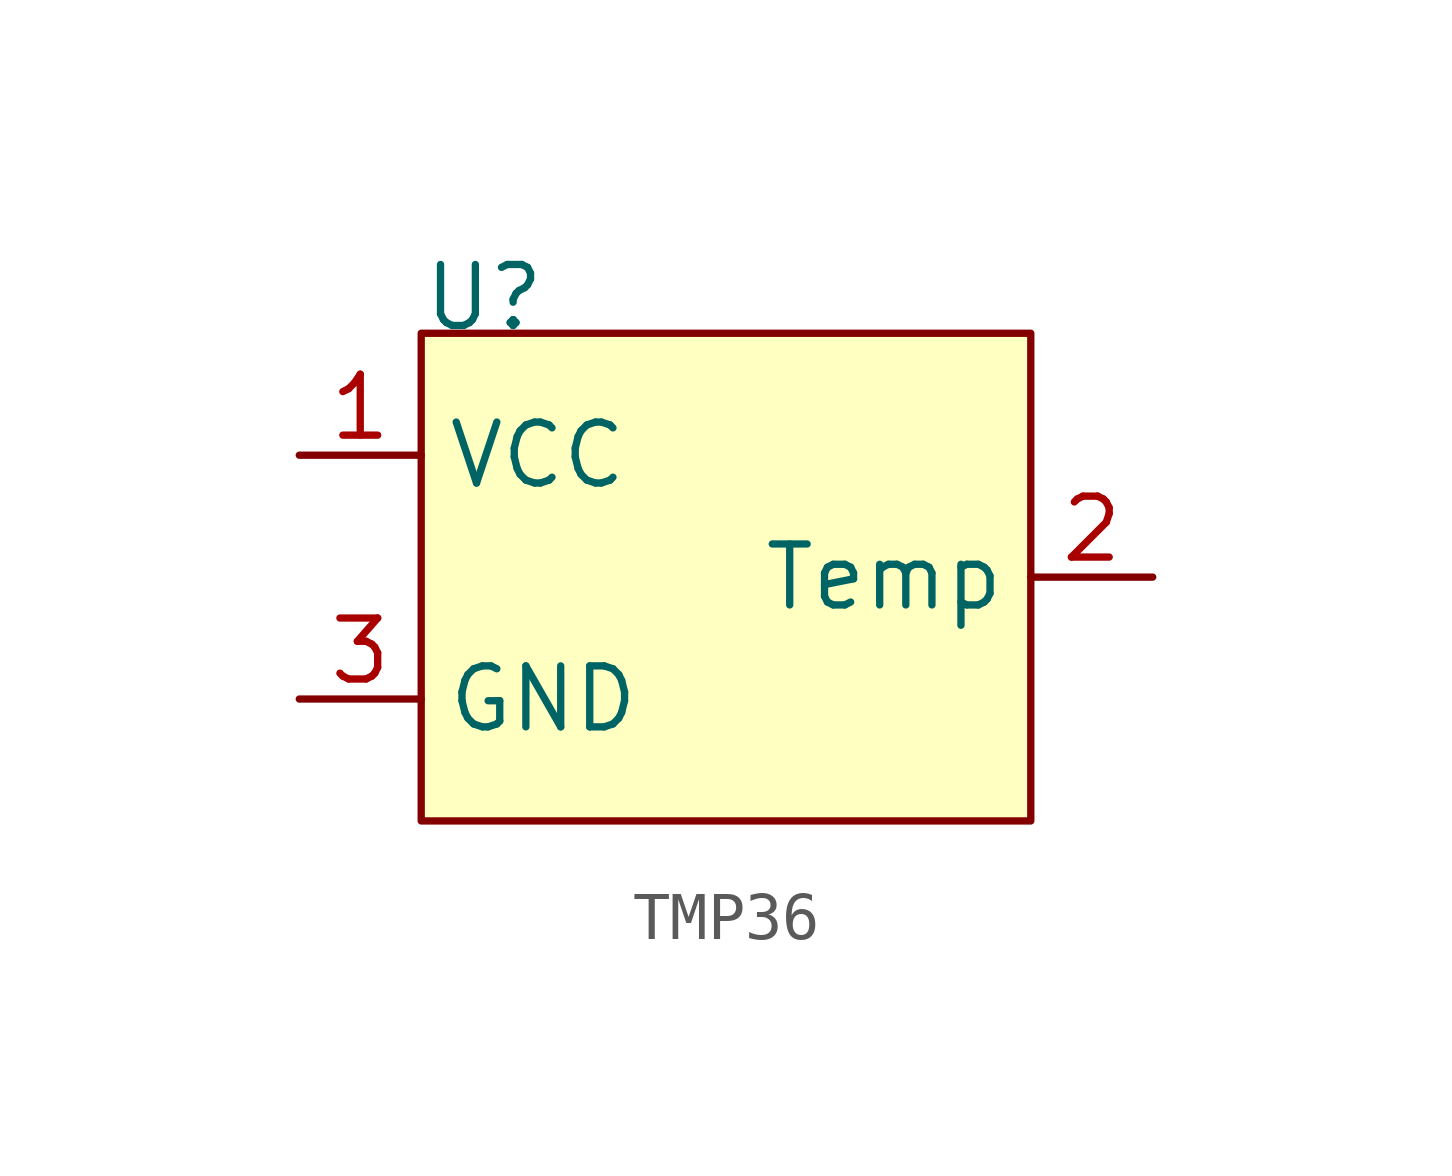
<source format=kicad_sym>
(kicad_symbol_lib
  (version 20231120)
  (generator "kicad_symbol_editor")
  (generator_version "8.0")
  (symbol "TMP36"
    (property "Reference" "U"
      (at -6.35 5.08 0)
      (effects (font (size 1.27 1.27)) (justify left bottom)))
    (property "Value" ""
      (at -1.27 0 0)
      (effects (font (size 1.27 1.27))))
    (symbol "TMP36_0_1"
      (rectangle (start -6.35 5.08) (end 6.35 -5.08) (stroke (width 0) (type default)) (fill (type background))))
    (symbol "TMP36_1_1"
      (pin power_in line (at -8.89 2.54 0) (length 2.54) (name "VCC" (effects (font (size 1.27 1.27)))) (number "1" (effects (font (size 1.27 1.27)))))
      (pin power_in line (at 8.89 0 180) (length 2.54) (name "Temp" (effects (font (size 1.27 1.27)))) (number "2" (effects (font (size 1.27 1.27)))))
      (pin power_in line (at -8.89 -2.54 0) (length 2.54) (name "GND" (effects (font (size 1.27 1.27)))) (number "3" (effects (font (size 1.27 1.27))))))))
</source>
